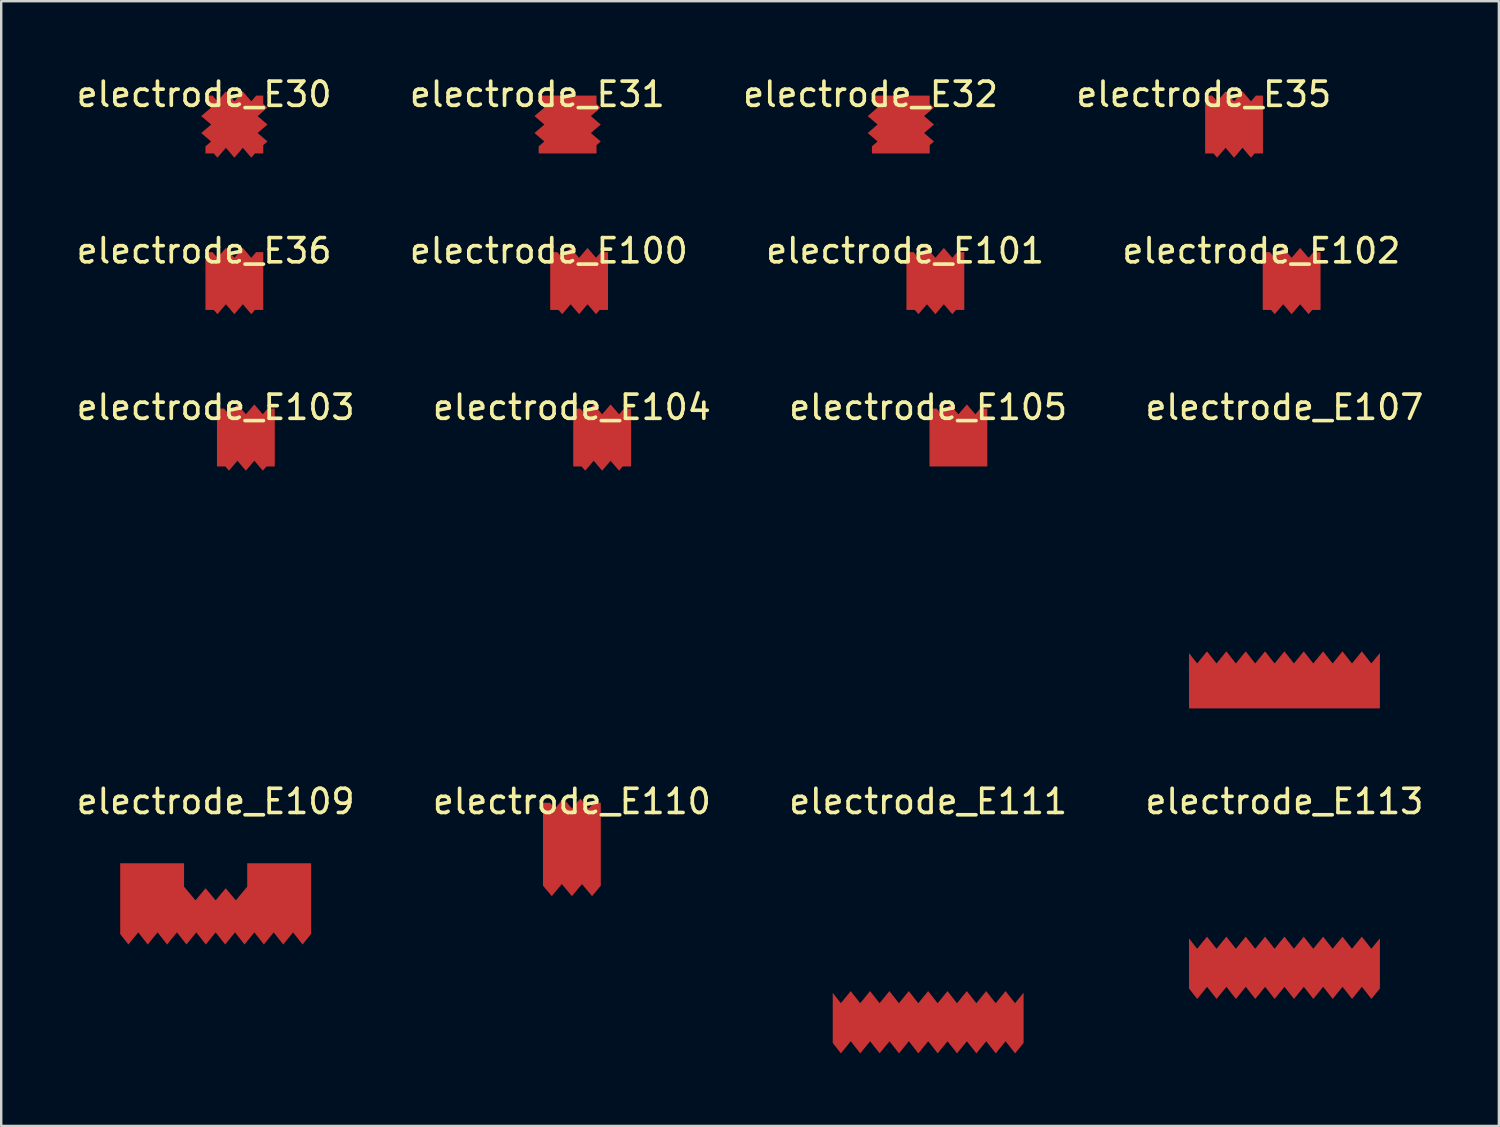
<source format=kicad_pcb>
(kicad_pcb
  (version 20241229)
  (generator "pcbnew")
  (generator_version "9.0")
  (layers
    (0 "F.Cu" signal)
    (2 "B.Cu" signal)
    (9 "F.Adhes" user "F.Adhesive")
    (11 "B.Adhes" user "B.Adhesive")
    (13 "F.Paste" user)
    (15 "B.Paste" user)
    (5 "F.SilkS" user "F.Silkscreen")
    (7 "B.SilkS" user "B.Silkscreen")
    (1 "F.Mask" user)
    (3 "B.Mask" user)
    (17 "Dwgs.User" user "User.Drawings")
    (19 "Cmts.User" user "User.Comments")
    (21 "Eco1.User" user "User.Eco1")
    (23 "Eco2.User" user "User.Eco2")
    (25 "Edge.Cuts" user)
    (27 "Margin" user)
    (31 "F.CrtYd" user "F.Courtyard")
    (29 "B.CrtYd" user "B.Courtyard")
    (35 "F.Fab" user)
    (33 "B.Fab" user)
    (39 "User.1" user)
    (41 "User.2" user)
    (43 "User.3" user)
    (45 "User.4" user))
  (footprint "electrode_E101"
    (layer "F.Cu")
    (at 34.363 7.316)
    (property "Reference" "electrode_E101" (at 0 0 0) (layer "F.SilkS") (effects (font (size 1 1) (thickness 0.15))))
    (attr through_hole)
    (pad "1" smd custom (at 1.25 1.25) (size 0.5 0.5) (layers "F.Cu" "F.Mask" "F.Paste") (options (anchor circle)) (primitives (gr_poly (pts (xy 0.7 -0.961) (xy 0.9 -1.195) (xy 1.195 -1.195) (xy 1.195 1.195) (xy 0.85 1.195) (xy 0.7 1.37) (xy 0.35 0.961) (xy 0 1.37) (xy -0.35 0.961) (xy -0.7 1.37) (xy -0.85 1.195) (xy -1.195 1.195) (xy -1.195 -1.195) (xy -0.9 -1.195) (xy -0.7 -0.961) (xy -0.35 -1.37) (xy 0 -0.961) (xy 0.35 -1.37)) (width 0.0001) (fill yes)))))
  (footprint "electrode_E113"
    (layer "F.Cu")
    (at 50.042 30.078)
    (property "Reference" "electrode_E113" (at 0 0 0) (layer "F.SilkS") (effects (font (size 1 1) (thickness 0.15))))
    (attr through_hole)
    (pad "1" smd custom (at -2.903 6.908) (size 0.5 0.5) (layers "F.Cu" "F.Mask" "F.Paste") (options (anchor circle)) (primitives (gr_poly (pts (xy 6.494 -0.82) (xy 6.848 -1.253) (xy 6.848 0.823) (xy 6.496 1.254) (xy 6.104 0.754) (xy 5.696 1.254) (xy 5.304 0.754) (xy 4.896 1.254) (xy 4.504 0.754) (xy 4.096 1.254) (xy 3.704 0.754) (xy 3.296 1.254) (xy 2.904 0.754) (xy 2.496 1.254) (xy 2.104 0.754) (xy 1.696 1.254) (xy 1.304 0.754) (xy 0.896 1.254) (xy 0.504 0.754) (xy 0.096 1.254) (xy -0.296 0.754) (xy -0.704 1.254) (xy -1.042 0.823) (xy -1.042 -1.248) (xy -0.706 -0.82) (xy -0.298 -1.32) (xy 0.094 -0.82) (xy 0.502 -1.32) (xy 0.894 -0.82) (xy 1.302 -1.32) (xy 1.694 -0.82) (xy 2.102 -1.32) (xy 2.494 -0.82) (xy 2.902 -1.32) (xy 3.294 -0.82) (xy 3.702 -1.32) (xy 4.094 -0.82) (xy 4.502 -1.32) (xy 4.894 -0.82) (xy 5.302 -1.32) (xy 5.694 -0.82) (xy 6.102 -1.32)) (width 0.0001) (fill yes)))))
  (footprint "electrode_E30"
    (layer "F.Cu")
    (at 5.387 0.848)
    (property "Reference" "electrode_E30" (at 0 0 0) (layer "F.SilkS") (effects (font (size 1 1) (thickness 0.15))))
    (attr through_hole)
    (pad "1" smd custom (at 1.25 1.25) (size 0.5 0.5) (layers "F.Cu" "F.Mask" "F.Paste") (options (anchor circle)) (primitives (gr_poly (pts (xy 0.7 -0.961) (xy 0.9 -1.195) (xy 1.195 -1.195) (xy 1.195 -0.85) (xy 1.37 -0.7) (xy 0.961 -0.35) (xy 1.37 0) (xy 0.961 0.35) (xy 1.37 0.7) (xy 1.195 0.85) (xy 1.195 1.195) (xy 0.85 1.195) (xy 0.7 1.37) (xy 0.35 0.961) (xy 0 1.37) (xy -0.35 0.961) (xy -0.7 1.37) (xy -0.85 1.195) (xy -1.195 1.195) (xy -1.195 0.9) (xy -0.961 0.7) (xy -1.37 0.35) (xy -0.961 0) (xy -1.37 -0.35) (xy -0.961 -0.7) (xy -1.195 -0.9) (xy -1.195 -1.195) (xy -0.9 -1.195) (xy -0.7 -0.961) (xy -0.35 -1.37) (xy 0 -0.961) (xy 0.35 -1.37)) (width 0.0001) (fill yes)))))
  (footprint "electrode_E111"
    (layer "F.Cu")
    (at 35.315 30.078)
    (property "Reference" "electrode_E111" (at 0 0 0) (layer "F.SilkS") (effects (font (size 1 1) (thickness 0.15))))
    (attr through_hole)
    (pad "1" smd custom (at -2.838 9.112) (size 0.5 0.5) (layers "F.Cu" "F.Mask" "F.Paste") (options (anchor circle)) (primitives (gr_poly (pts (xy 6.429 -0.774) (xy 6.783 -1.208) (xy 6.783 0.868) (xy 6.431 1.3) (xy 6.039 0.8) (xy 5.631 1.3) (xy 5.239 0.8) (xy 4.831 1.3) (xy 4.439 0.8) (xy 4.031 1.3) (xy 3.639 0.8) (xy 3.231 1.3) (xy 2.839 0.8) (xy 2.431 1.3) (xy 2.039 0.8) (xy 1.631 1.3) (xy 1.239 0.8) (xy 0.831 1.3) (xy 0.439 0.8) (xy 0.031 1.3) (xy -0.361 0.8) (xy -0.769 1.3) (xy -1.107 0.869) (xy -1.107 -1.203) (xy -0.771 -0.774) (xy -0.363 -1.274) (xy 0.029 -0.774) (xy 0.437 -1.274) (xy 0.829 -0.774) (xy 1.237 -1.274) (xy 1.629 -0.774) (xy 2.037 -1.274) (xy 2.429 -0.774) (xy 2.837 -1.274) (xy 3.229 -0.774) (xy 3.637 -1.274) (xy 4.029 -0.774) (xy 4.437 -1.274) (xy 4.829 -0.774) (xy 5.237 -1.274) (xy 5.629 -0.774) (xy 6.037 -1.274)) (width 0.0001) (fill yes)))))
  (footprint "electrode_E110"
    (layer "F.Cu")
    (at 20.589 30.078)
    (property "Reference" "electrode_E110" (at 0 0 0) (layer "F.SilkS") (effects (font (size 1 1) (thickness 0.15))))
    (attr through_hole)
    (pad "1" smd custom (at -0.05 1.623) (size 0.5 0.5) (layers "F.Cu" "F.Mask" "F.Paste") (options (anchor circle)) (primitives (gr_poly (pts (xy 0.75 -1.334) (xy 0.95 -1.568) (xy 1.245 -1.568) (xy 1.245 1.857) (xy 0.883 2.291) (xy 0.467 1.791) (xy 0.05 2.291) (xy -0.367 1.791) (xy -0.783 2.291) (xy -1.145 1.857) (xy -1.145 -1.568) (xy -0.85 -1.568) (xy -0.65 -1.334) (xy -0.3 -1.743) (xy 0.05 -1.334) (xy 0.4 -1.743)) (width 0.0001) (fill yes)))))
  (footprint "electrode_E31"
    (layer "F.Cu")
    (at 19.161 0.848)
    (property "Reference" "electrode_E31" (at 0 0 0) (layer "F.SilkS") (effects (font (size 1 1) (thickness 0.15))))
    (attr through_hole)
    (pad "1" smd custom (at 1.25 1.25) (size 0.5 0.5) (layers "F.Cu" "F.Mask" "F.Paste") (options (anchor circle)) (primitives (gr_poly (pts (xy 1.195 -0.85) (xy 1.37 -0.7) (xy 0.961 -0.35) (xy 1.37 0) (xy 0.961 0.35) (xy 1.37 0.7) (xy 1.195 0.85) (xy 1.195 1.195) (xy -1.195 1.195) (xy -1.195 0.9) (xy -0.961 0.7) (xy -1.37 0.35) (xy -0.961 0) (xy -1.37 -0.35) (xy -0.961 -0.7) (xy -1.195 -0.9) (xy -1.195 -1.195) (xy 1.195 -1.195)) (width 0.0001) (fill yes)))))
  (footprint "electrode_E36"
    (layer "F.Cu")
    (at 5.387 7.316)
    (property "Reference" "electrode_E36" (at 0 0 0) (layer "F.SilkS") (effects (font (size 1 1) (thickness 0.15))))
    (attr through_hole)
    (pad "1" smd custom (at 1.25 1.25) (size 0.5 0.5) (layers "F.Cu" "F.Mask" "F.Paste") (options (anchor circle)) (primitives (gr_poly (pts (xy 0.7 -0.961) (xy 0.9 -1.195) (xy 1.195 -1.195) (xy 1.195 1.195) (xy 0.85 1.195) (xy 0.7 1.37) (xy 0.35 0.961) (xy 0 1.37) (xy -0.35 0.961) (xy -0.7 1.37) (xy -0.85 1.195) (xy -1.195 1.195) (xy -1.195 -1.195) (xy -0.9 -1.195) (xy -0.7 -0.961) (xy -0.35 -1.37) (xy 0 -0.961) (xy 0.35 -1.37)) (width 0.0001) (fill yes)))))
  (footprint "electrode_E109"
    (layer "F.Cu")
    (at 5.863 30.078)
    (property "Reference" "electrode_E109" (at 0 0 0) (layer "F.SilkS") (effects (font (size 1 1) (thickness 0.15))))
    (attr through_hole)
    (pad "1" smd custom (at -2.708 3.99) (size 0.5 0.5) (layers "F.Cu" "F.Mask" "F.Paste") (options (anchor circle)) (primitives (gr_poly (pts (xy 6.653 1.49) (xy 6.301 1.922) (xy 5.909 1.422) (xy 5.501 1.922) (xy 5.109 1.422) (xy 4.701 1.922) (xy 4.309 1.422) (xy 3.901 1.922) (xy 3.509 1.422) (xy 3.101 1.922) (xy 2.709 1.422) (xy 2.301 1.922) (xy 1.909 1.422) (xy 1.501 1.922) (xy 1.109 1.422) (xy 0.701 1.922) (xy 0.309 1.422) (xy -0.099 1.922) (xy -0.491 1.422) (xy -0.899 1.922) (xy -1.237 1.491) (xy -1.237 -1.435) (xy 1.403 -1.435) (xy 1.403 -0.47) (xy 1.875 0.096) (xy 2.292 -0.404) (xy 2.708 0.096) (xy 3.125 -0.404) (xy 3.542 0.096) (xy 4.013 -0.47) (xy 4.013 -1.435) (xy 6.653 -1.435)) (width 0.0001) (fill yes)))))
  (footprint "electrode_E32"
    (layer "F.Cu")
    (at 32.935 0.848)
    (property "Reference" "electrode_E32" (at 0 0 0) (layer "F.SilkS") (effects (font (size 1 1) (thickness 0.15))))
    (attr through_hole)
    (pad "1" smd custom (at 1.25 1.25) (size 0.5 0.5) (layers "F.Cu" "F.Mask" "F.Paste") (options (anchor circle)) (primitives (gr_poly (pts (xy 1.195 -0.85) (xy 1.37 -0.7) (xy 0.961 -0.35) (xy 1.37 0) (xy 0.961 0.35) (xy 1.37 0.7) (xy 1.195 0.85) (xy 1.195 1.195) (xy -1.195 1.195) (xy -1.195 0.9) (xy -0.961 0.7) (xy -1.37 0.35) (xy -0.961 0) (xy -1.37 -0.35) (xy -0.961 -0.7) (xy -1.195 -0.9) (xy -1.195 -1.195) (xy 1.195 -1.195)) (width 0.0001) (fill yes)))))
  (footprint "electrode_E35"
    (layer "F.Cu")
    (at 46.708 0.848)
    (property "Reference" "electrode_E35" (at 0 0 0) (layer "F.SilkS") (effects (font (size 1 1) (thickness 0.15))))
    (attr through_hole)
    (pad "1" smd custom (at 1.25 1.25) (size 0.5 0.5) (layers "F.Cu" "F.Mask" "F.Paste") (options (anchor circle)) (primitives (gr_poly (pts (xy 0.7 -0.961) (xy 0.9 -1.195) (xy 1.195 -1.195) (xy 1.195 1.195) (xy 0.85 1.195) (xy 0.7 1.37) (xy 0.35 0.961) (xy 0 1.37) (xy -0.35 0.961) (xy -0.7 1.37) (xy -0.85 1.195) (xy -1.195 1.195) (xy -1.195 -1.195) (xy -0.9 -1.195) (xy -0.7 -0.961) (xy -0.35 -1.37) (xy 0 -0.961) (xy 0.35 -1.37)) (width 0.0001) (fill yes)))))
  (footprint "electrode_E104"
    (layer "F.Cu")
    (at 20.589 13.785)
    (property "Reference" "electrode_E104" (at 0 0 0) (layer "F.SilkS") (effects (font (size 1 1) (thickness 0.15))))
    (attr through_hole)
    (pad "1" smd custom (at 1.25 1.25) (size 0.5 0.5) (layers "F.Cu" "F.Mask" "F.Paste") (options (anchor circle)) (primitives (gr_poly (pts (xy 0.7 -0.961) (xy 0.9 -1.195) (xy 1.195 -1.195) (xy 1.195 1.195) (xy 0.85 1.195) (xy 0.7 1.37) (xy 0.35 0.961) (xy 0 1.37) (xy -0.35 0.961) (xy -0.7 1.37) (xy -0.85 1.195) (xy -1.195 1.195) (xy -1.195 -1.195) (xy -0.9 -1.195) (xy -0.7 -0.961) (xy -0.35 -1.37) (xy 0 -0.961) (xy 0.35 -1.37)) (width 0.0001) (fill yes)))))
  (footprint "electrode_E100"
    (layer "F.Cu")
    (at 19.637 7.316)
    (property "Reference" "electrode_E100" (at 0 0 0) (layer "F.SilkS") (effects (font (size 1 1) (thickness 0.15))))
    (attr through_hole)
    (pad "1" smd custom (at 1.25 1.25) (size 0.5 0.5) (layers "F.Cu" "F.Mask" "F.Paste") (options (anchor circle)) (primitives (gr_poly (pts (xy 0.7 -0.961) (xy 0.9 -1.195) (xy 1.195 -1.195) (xy 1.195 1.195) (xy 0.85 1.195) (xy 0.7 1.37) (xy 0.35 0.961) (xy 0 1.37) (xy -0.35 0.961) (xy -0.7 1.37) (xy -0.85 1.195) (xy -1.195 1.195) (xy -1.195 -1.195) (xy -0.9 -1.195) (xy -0.7 -0.961) (xy -0.35 -1.37) (xy 0 -0.961) (xy 0.35 -1.37)) (width 0.0001) (fill yes)))))
  (footprint "electrode_E105"
    (layer "F.Cu")
    (at 35.315 13.785)
    (property "Reference" "electrode_E105" (at 0 0 0) (layer "F.SilkS") (effects (font (size 1 1) (thickness 0.15))))
    (attr through_hole)
    (pad "1" smd custom (at 1.25 1.25) (size 0.5 0.5) (layers "F.Cu" "F.Mask" "F.Paste") (options (anchor circle)) (primitives (gr_poly (pts (xy 0.7 -0.961) (xy 0.9 -1.195) (xy 1.195 -1.195) (xy 1.195 1.195) (xy -1.195 1.195) (xy -1.195 -1.195) (xy -0.9 -1.195) (xy -0.7 -0.961) (xy -0.35 -1.37) (xy 0 -0.961) (xy 0.35 -1.37)) (width 0.0001) (fill yes)))))
  (footprint "electrode_E102"
    (layer "F.Cu")
    (at 49.089 7.316)
    (property "Reference" "electrode_E102" (at 0 0 0) (layer "F.SilkS") (effects (font (size 1 1) (thickness 0.15))))
    (attr through_hole)
    (pad "1" smd custom (at 1.25 1.25) (size 0.5 0.5) (layers "F.Cu" "F.Mask" "F.Paste") (options (anchor circle)) (primitives (gr_poly (pts (xy 0.7 -0.961) (xy 0.9 -1.195) (xy 1.195 -1.195) (xy 1.195 1.195) (xy 0.85 1.195) (xy 0.7 1.37) (xy 0.35 0.961) (xy 0 1.37) (xy -0.35 0.961) (xy -0.7 1.37) (xy -0.85 1.195) (xy -1.195 1.195) (xy -1.195 -1.195) (xy -0.9 -1.195) (xy -0.7 -0.961) (xy -0.35 -1.37) (xy 0 -0.961) (xy 0.35 -1.37)) (width 0.0001) (fill yes)))))
  (footprint "electrode_E107"
    (layer "F.Cu")
    (at 50.042 13.785)
    (property "Reference" "electrode_E107" (at 0 0 0) (layer "F.SilkS") (effects (font (size 1 1) (thickness 0.15))))
    (attr through_hole)
    (pad "1" smd custom (at -2.806 11.576) (size 0.5 0.5) (layers "F.Cu" "F.Mask" "F.Paste") (options (anchor circle)) (primitives (gr_poly (pts (xy 6.397 -0.988) (xy 6.751 -1.422) (xy 6.751 0.869) (xy -1.139 0.869) (xy -1.139 -1.417) (xy -0.803 -0.988) (xy -0.395 -1.488) (xy -0.003 -0.988) (xy 0.405 -1.488) (xy 0.797 -0.988) (xy 1.205 -1.488) (xy 1.597 -0.988) (xy 2.005 -1.488) (xy 2.397 -0.988) (xy 2.805 -1.488) (xy 3.197 -0.988) (xy 3.605 -1.488) (xy 3.997 -0.988) (xy 4.405 -1.488) (xy 4.797 -0.988) (xy 5.205 -1.488) (xy 5.597 -0.988) (xy 6.005 -1.488)) (width 0.0001) (fill yes)))))
  (footprint "electrode_E103"
    (layer "F.Cu")
    (at 5.863 13.785)
    (property "Reference" "electrode_E103" (at 0 0 0) (layer "F.SilkS") (effects (font (size 1 1) (thickness 0.15))))
    (attr through_hole)
    (pad "1" smd custom (at 1.25 1.25) (size 0.5 0.5) (layers "F.Cu" "F.Mask" "F.Paste") (options (anchor circle)) (primitives (gr_poly (pts (xy 0.7 -0.961) (xy 0.9 -1.195) (xy 1.195 -1.195) (xy 1.195 1.195) (xy 0.85 1.195) (xy 0.7 1.37) (xy 0.35 0.961) (xy 0 1.37) (xy -0.35 0.961) (xy -0.7 1.37) (xy -0.85 1.195) (xy -1.195 1.195) (xy -1.195 -1.195) (xy -0.9 -1.195) (xy -0.7 -0.961) (xy -0.35 -1.37) (xy 0 -0.961) (xy 0.35 -1.37)) (width 0.0001) (fill yes)))))
  (gr_rect
    (start -3 -3)
    (end 58.905 43.49)
    (stroke (width 0.1) (type default))
    (fill no)
    (layer "Edge.Cuts")))
</source>
